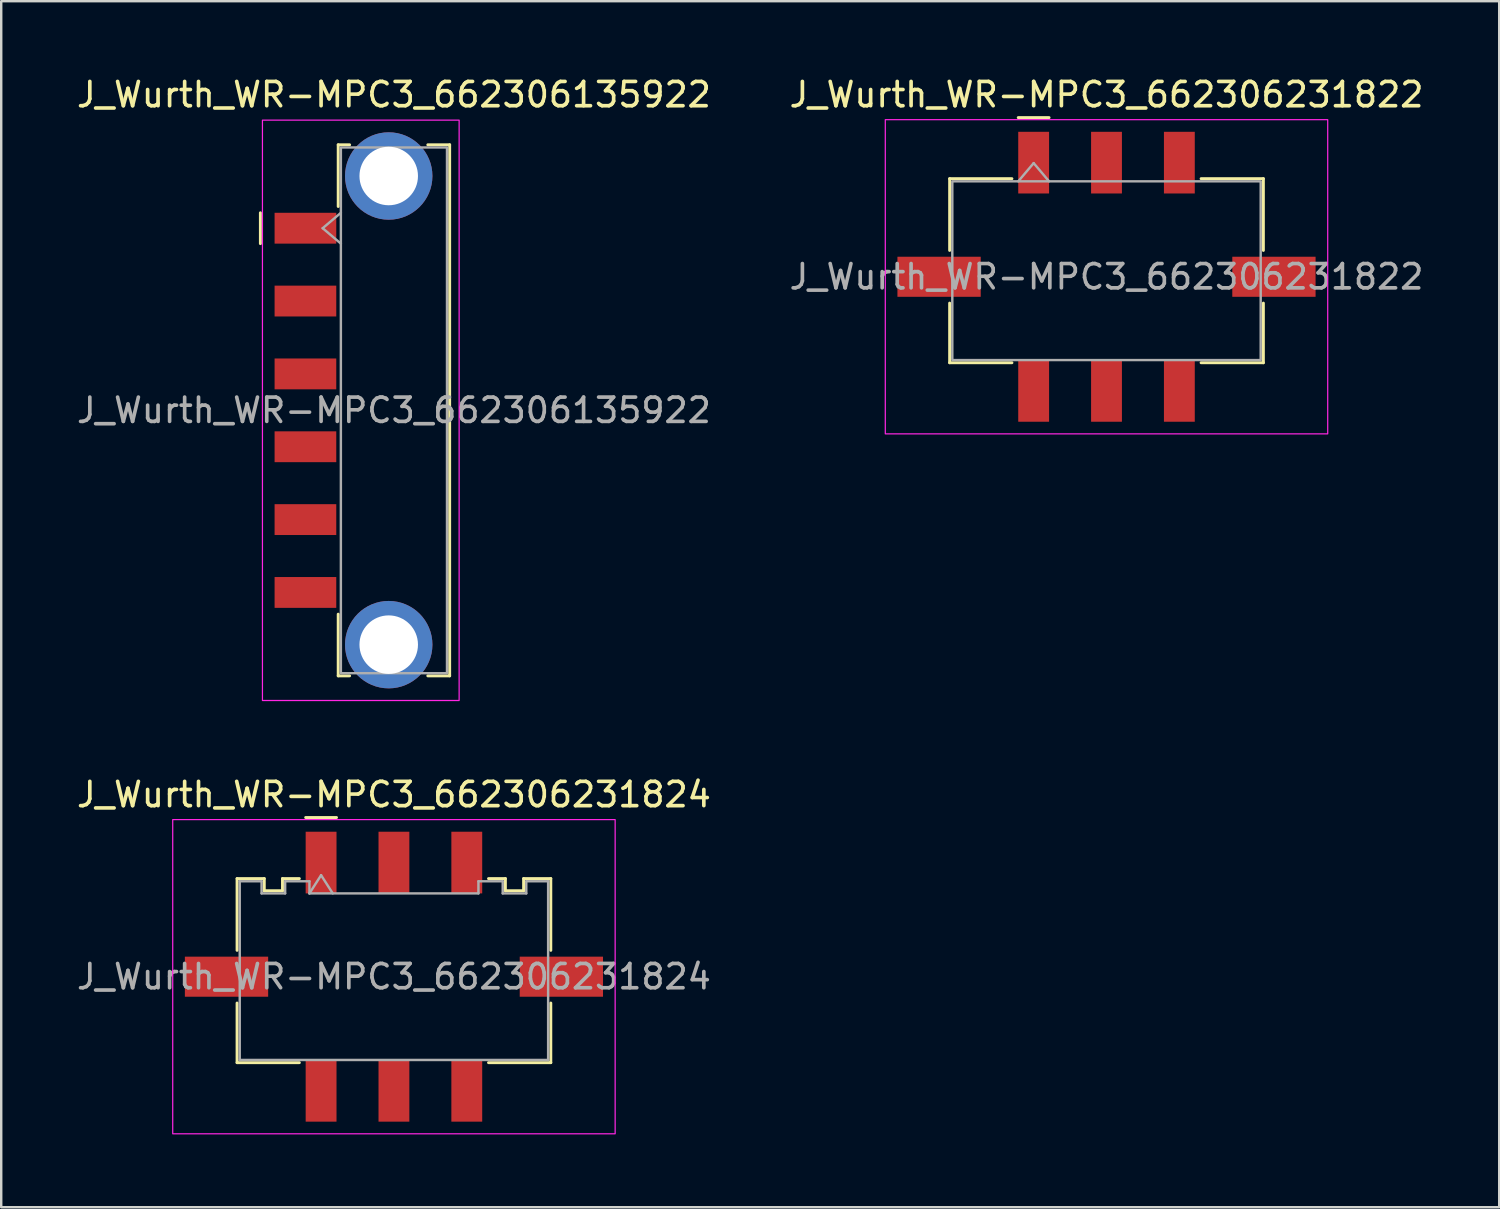
<source format=kicad_pcb>
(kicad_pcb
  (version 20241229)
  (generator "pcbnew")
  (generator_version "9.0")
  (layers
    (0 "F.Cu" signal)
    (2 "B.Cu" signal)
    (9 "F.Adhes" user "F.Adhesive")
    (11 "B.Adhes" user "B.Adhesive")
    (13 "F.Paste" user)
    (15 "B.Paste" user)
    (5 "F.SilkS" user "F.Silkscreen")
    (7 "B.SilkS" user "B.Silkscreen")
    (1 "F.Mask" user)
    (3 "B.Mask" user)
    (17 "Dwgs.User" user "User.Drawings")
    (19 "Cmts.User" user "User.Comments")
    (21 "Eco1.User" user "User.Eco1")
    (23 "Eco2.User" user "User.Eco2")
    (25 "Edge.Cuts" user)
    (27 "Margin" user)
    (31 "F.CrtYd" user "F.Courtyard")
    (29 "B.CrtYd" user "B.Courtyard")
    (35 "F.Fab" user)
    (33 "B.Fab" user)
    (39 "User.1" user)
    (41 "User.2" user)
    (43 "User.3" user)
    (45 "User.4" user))
  (footprint "J_Wurth_WR-MPC3_662306231824"
    (layer "F.Cu")
    (at 13.173 37.172)
    (property "Reference" "J_Wurth_WR-MPC3_662306231824" (at 0 -7.5 0) (unlocked yes) (layer "F.SilkS") (effects (font (size 1 1) (thickness 0.15))))
    (attr smd)
    (fp_line (start -6.46 -4.04) (end -6.46 -1.085) (stroke (width 0.12) (type solid)) (layer "F.SilkS"))
    (fp_line (start -6.46 3.54) (end -6.46 1.085) (stroke (width 0.12) (type solid)) (layer "F.SilkS"))
    (fp_line (start -5.34 -4.04) (end -6.46 -4.04) (stroke (width 0.12) (type default)) (layer "F.SilkS"))
    (fp_line (start -5.34 -3.54) (end -5.34 -4.04) (stroke (width 0.12) (type default)) (layer "F.SilkS"))
    (fp_line (start -4.59 -4.04) (end -4.59 -3.54) (stroke (width 0.12) (type default)) (layer "F.SilkS"))
    (fp_line (start -4.59 -4.04) (end -3.895 -4.04) (stroke (width 0.12) (type solid)) (layer "F.SilkS"))
    (fp_line (start -4.59 -3.54) (end -5.34 -3.54) (stroke (width 0.12) (type default)) (layer "F.SilkS"))
    (fp_line (start -3.895 3.54) (end -6.46 3.54) (stroke (width 0.12) (type solid)) (layer "F.SilkS"))
    (fp_line (start -3.635 -6.555) (end -2.365 -6.555) (stroke (width 0.12) (type solid)) (layer "F.SilkS"))
    (fp_line (start 3.895 -4.04) (end 4.59 -4.04) (stroke (width 0.12) (type solid)) (layer "F.SilkS"))
    (fp_line (start 4.59 -3.54) (end 4.59 -4.04) (stroke (width 0.12) (type default)) (layer "F.SilkS"))
    (fp_line (start 5.34 -4.04) (end 5.34 -3.54) (stroke (width 0.12) (type default)) (layer "F.SilkS"))
    (fp_line (start 5.34 -3.54) (end 4.59 -3.54) (stroke (width 0.12) (type default)) (layer "F.SilkS"))
    (fp_line (start 6.46 -4.04) (end 5.34 -4.04) (stroke (width 0.12) (type default)) (layer "F.SilkS"))
    (fp_line (start 6.46 -4.04) (end 6.46 -1.085) (stroke (width 0.12) (type solid)) (layer "F.SilkS"))
    (fp_line (start 6.46 3.54) (end 3.895 3.54) (stroke (width 0.12) (type solid)) (layer "F.SilkS"))
    (fp_line (start 6.46 3.54) (end 6.46 1.085) (stroke (width 0.12) (type solid)) (layer "F.SilkS"))
    (fp_rect (start -9.11 -6.47) (end 9.11 6.47) (stroke (width 0.05) (type solid)) (fill no) (layer "F.CrtYd"))
    (fp_line (start -6.35 -3.93) (end -5.45 -3.93) (stroke (width 0.1) (type solid)) (layer "F.Fab"))
    (fp_line (start -6.35 3.43) (end -6.35 -3.93) (stroke (width 0.1) (type default)) (layer "F.Fab"))
    (fp_line (start -5.45 -3.93) (end -5.45 -3.43) (stroke (width 0.1) (type solid)) (layer "F.Fab"))
    (fp_line (start -4.48 -3.93) (end -4.48 -3.43) (stroke (width 0.1) (type solid)) (layer "F.Fab"))
    (fp_line (start -4.48 -3.43) (end -5.45 -3.43) (stroke (width 0.1) (type solid)) (layer "F.Fab"))
    (fp_line (start -3.48 -3.93) (end -4.48 -3.93) (stroke (width 0.1) (type solid)) (layer "F.Fab"))
    (fp_line (start -3.48 -3.93) (end -3.48 -3.43) (stroke (width 0.1) (type solid)) (layer "F.Fab"))
    (fp_line (start -3 -4.18) (end -3.48 -3.43) (stroke (width 0.1) (type solid)) (layer "F.Fab"))
    (fp_line (start -3 -4.18) (end -2.52 -3.43) (stroke (width 0.1) (type solid)) (layer "F.Fab"))
    (fp_line (start 3.48 -3.93) (end 3.48 -3.43) (stroke (width 0.1) (type solid)) (layer "F.Fab"))
    (fp_line (start 3.48 -3.43) (end -3.48 -3.43) (stroke (width 0.1) (type default)) (layer "F.Fab"))
    (fp_line (start 4.48 -3.93) (end 3.48 -3.93) (stroke (width 0.1) (type solid)) (layer "F.Fab"))
    (fp_line (start 4.48 -3.93) (end 4.48 -3.43) (stroke (width 0.1) (type solid)) (layer "F.Fab"))
    (fp_line (start 5.45 -3.93) (end 5.45 -3.43) (stroke (width 0.1) (type solid)) (layer "F.Fab"))
    (fp_line (start 5.45 -3.93) (end 6.35 -3.93) (stroke (width 0.1) (type solid)) (layer "F.Fab"))
    (fp_line (start 5.45 -3.43) (end 4.48 -3.43) (stroke (width 0.1) (type solid)) (layer "F.Fab"))
    (fp_line (start 6.35 -3.93) (end 6.35 3.43) (stroke (width 0.1) (type default)) (layer "F.Fab"))
    (fp_line (start 6.35 3.43) (end -6.35 3.43) (stroke (width 0.1) (type default)) (layer "F.Fab"))
    (fp_text user "${REFERENCE}" (at 0 0 0) (unlocked yes) (layer "F.Fab") (effects (font (size 1 1) (thickness 0.15))))
    (pad "1" smd rect (at -3 -4.7 180) (size 1.27 2.54) (layers "F.Cu" "F.Mask" "F.Paste"))
    (pad "2" smd rect (at 0 -4.7 180) (size 1.27 2.54) (layers "F.Cu" "F.Mask" "F.Paste"))
    (pad "3" smd rect (at 3 -4.7 180) (size 1.27 2.54) (layers "F.Cu" "F.Mask" "F.Paste"))
    (pad "4" smd rect (at -3 4.7 180) (size 1.27 2.54) (layers "F.Cu" "F.Mask" "F.Paste"))
    (pad "5" smd rect (at 0 4.7 180) (size 1.27 2.54) (layers "F.Cu" "F.Mask" "F.Paste"))
    (pad "6" smd rect (at 3 4.7 180) (size 1.27 2.54) (layers "F.Cu" "F.Mask" "F.Paste"))
    (pad "MP1" smd rect (at 6.895 0 180) (size 3.43 1.65) (layers "F.Cu" "F.Mask" "F.Paste"))
    (pad "MP2" smd rect (at -6.895 0 180) (size 3.43 1.65) (layers "F.Cu" "F.Mask" "F.Paste")))
  (footprint "J_Wurth_WR-MPC3_662306231822"
    (layer "F.Cu")
    (at 42.518 8.348)
    (property "Reference" "J_Wurth_WR-MPC3_662306231822" (at 0 -7.5 0) (unlocked yes) (layer "F.SilkS") (effects (font (size 1 1) (thickness 0.15))))
    (attr smd)
    (fp_line (start -6.46 -4.04) (end -3.895 -4.04) (stroke (width 0.12) (type solid)) (layer "F.SilkS"))
    (fp_line (start -6.46 -1.085) (end -6.46 -4.04) (stroke (width 0.12) (type solid)) (layer "F.SilkS"))
    (fp_line (start -6.46 3.54) (end -6.46 1.085) (stroke (width 0.12) (type solid)) (layer "F.SilkS"))
    (fp_line (start -6.46 3.54) (end -3.895 3.54) (stroke (width 0.12) (type solid)) (layer "F.SilkS"))
    (fp_line (start -3.635 -6.555) (end -2.365 -6.555) (stroke (width 0.12) (type solid)) (layer "F.SilkS"))
    (fp_line (start 3.895 -4.04) (end 6.46 -4.04) (stroke (width 0.12) (type solid)) (layer "F.SilkS"))
    (fp_line (start 3.895 3.54) (end 6.46 3.54) (stroke (width 0.12) (type solid)) (layer "F.SilkS"))
    (fp_line (start 6.46 -1.085) (end 6.46 -4.04) (stroke (width 0.12) (type solid)) (layer "F.SilkS"))
    (fp_line (start 6.46 3.54) (end 6.46 1.085) (stroke (width 0.12) (type solid)) (layer "F.SilkS"))
    (fp_rect (start -9.11 -6.47) (end 9.11 6.47) (stroke (width 0.05) (type solid)) (fill no) (layer "F.CrtYd"))
    (fp_line (start -3 -4.68) (end -3.635 -3.93) (stroke (width 0.1) (type solid)) (layer "F.Fab"))
    (fp_line (start -3 -4.68) (end -2.365 -3.93) (stroke (width 0.1) (type solid)) (layer "F.Fab"))
    (fp_rect (start -6.35 -3.93) (end 6.35 3.43) (stroke (width 0.1) (type solid)) (fill no) (layer "F.Fab"))
    (fp_text user "${REFERENCE}" (at 0 0 0) (unlocked yes) (layer "F.Fab") (effects (font (size 1 1) (thickness 0.15))))
    (pad "1" smd rect (at -3 -4.7 180) (size 1.27 2.54) (layers "F.Cu" "F.Mask" "F.Paste"))
    (pad "2" smd rect (at 0 -4.7 180) (size 1.27 2.54) (layers "F.Cu" "F.Mask" "F.Paste"))
    (pad "3" smd rect (at 3 -4.7 180) (size 1.27 2.54) (layers "F.Cu" "F.Mask" "F.Paste"))
    (pad "4" smd rect (at -3 4.7 180) (size 1.27 2.54) (layers "F.Cu" "F.Mask" "F.Paste"))
    (pad "5" smd rect (at 0 4.7 180) (size 1.27 2.54) (layers "F.Cu" "F.Mask" "F.Paste"))
    (pad "6" smd rect (at 3 4.7 180) (size 1.27 2.54) (layers "F.Cu" "F.Mask" "F.Paste"))
    (pad "MP1" smd rect (at 6.895 0 180) (size 3.43 1.65) (layers "F.Cu" "F.Mask" "F.Paste"))
    (pad "MP2" smd rect (at -6.895 0 180) (size 3.43 1.65) (layers "F.Cu" "F.Mask" "F.Paste")))
  (footprint "J_Wurth_WR-MPC3_662306135922"
    (layer "F.Cu")
    (at 13.173 13.848)
    (property "Reference" "J_Wurth_WR-MPC3_662306135922" (at 0 -13 0) (unlocked yes) (layer "F.SilkS") (effects (font (size 1 1) (thickness 0.15))))
    (attr smd)
    (fp_line (start -5.5 -6.865) (end -5.5 -8.135) (stroke (width 0.12) (type solid)) (layer "F.SilkS"))
    (fp_line (start -2.295 -10.935) (end -1.825 -10.935) (stroke (width 0.12) (type default)) (layer "F.SilkS"))
    (fp_line (start -2.295 -8.395) (end -2.295 -10.935) (stroke (width 0.12) (type default)) (layer "F.SilkS"))
    (fp_line (start -2.295 10.935) (end -2.295 8.395) (stroke (width 0.12) (type default)) (layer "F.SilkS"))
    (fp_line (start -2.295 10.935) (end -1.825 10.935) (stroke (width 0.12) (type default)) (layer "F.SilkS"))
    (fp_line (start 2.295 -10.935) (end 1.395 -10.935) (stroke (width 0.12) (type default)) (layer "F.SilkS"))
    (fp_line (start 2.295 -10.935) (end 2.295 10.935) (stroke (width 0.12) (type default)) (layer "F.SilkS"))
    (fp_line (start 2.295 10.935) (end 1.395 10.935) (stroke (width 0.12) (type default)) (layer "F.SilkS"))
    (fp_rect (start -5.415 -11.95) (end 2.685 11.95) (stroke (width 0.05) (type solid)) (fill no) (layer "F.CrtYd"))
    (fp_line (start -2.935 -7.5) (end -2.185 -8.135) (stroke (width 0.1) (type solid)) (layer "F.Fab"))
    (fp_line (start -2.935 -7.5) (end -2.185 -6.865) (stroke (width 0.1) (type solid)) (layer "F.Fab"))
    (fp_rect (start -2.185 -10.825) (end 2.185 10.825) (stroke (width 0.1) (type solid)) (fill no) (layer "F.Fab"))
    (fp_text user "${REFERENCE}" (at 0 0 0) (unlocked yes) (layer "F.Fab") (effects (font (size 1 1) (thickness 0.15))))
    (pad "1" smd rect (at -3.645 -7.5 90) (size 1.27 2.54) (layers "F.Cu" "F.Mask" "F.Paste"))
    (pad "2" smd rect (at -3.645 -4.5 90) (size 1.27 2.54) (layers "F.Cu" "F.Mask" "F.Paste"))
    (pad "3" smd rect (at -3.645 -1.5 90) (size 1.27 2.54) (layers "F.Cu" "F.Mask" "F.Paste"))
    (pad "4" smd rect (at -3.645 1.5 90) (size 1.27 2.54) (layers "F.Cu" "F.Mask" "F.Paste"))
    (pad "5" smd rect (at -3.645 4.5 90) (size 1.27 2.54) (layers "F.Cu" "F.Mask" "F.Paste"))
    (pad "6" smd rect (at -3.645 7.5 90) (size 1.27 2.54) (layers "F.Cu" "F.Mask" "F.Paste"))
    (pad "MH1" thru_hole circle (at -0.215 9.65 90) (size 3.6 3.6) (drill 2.41) (layers "*.Cu" "*.Mask"))
    (pad "MH2" thru_hole circle (at -0.215 -9.65 90) (size 3.6 3.6) (drill 2.41) (layers "*.Cu" "*.Mask")))
  (gr_rect
    (start -3 -3)
    (end 58.69 46.666)
    (stroke (width 0.1) (type default))
    (fill no)
    (layer "Edge.Cuts")))
</source>
